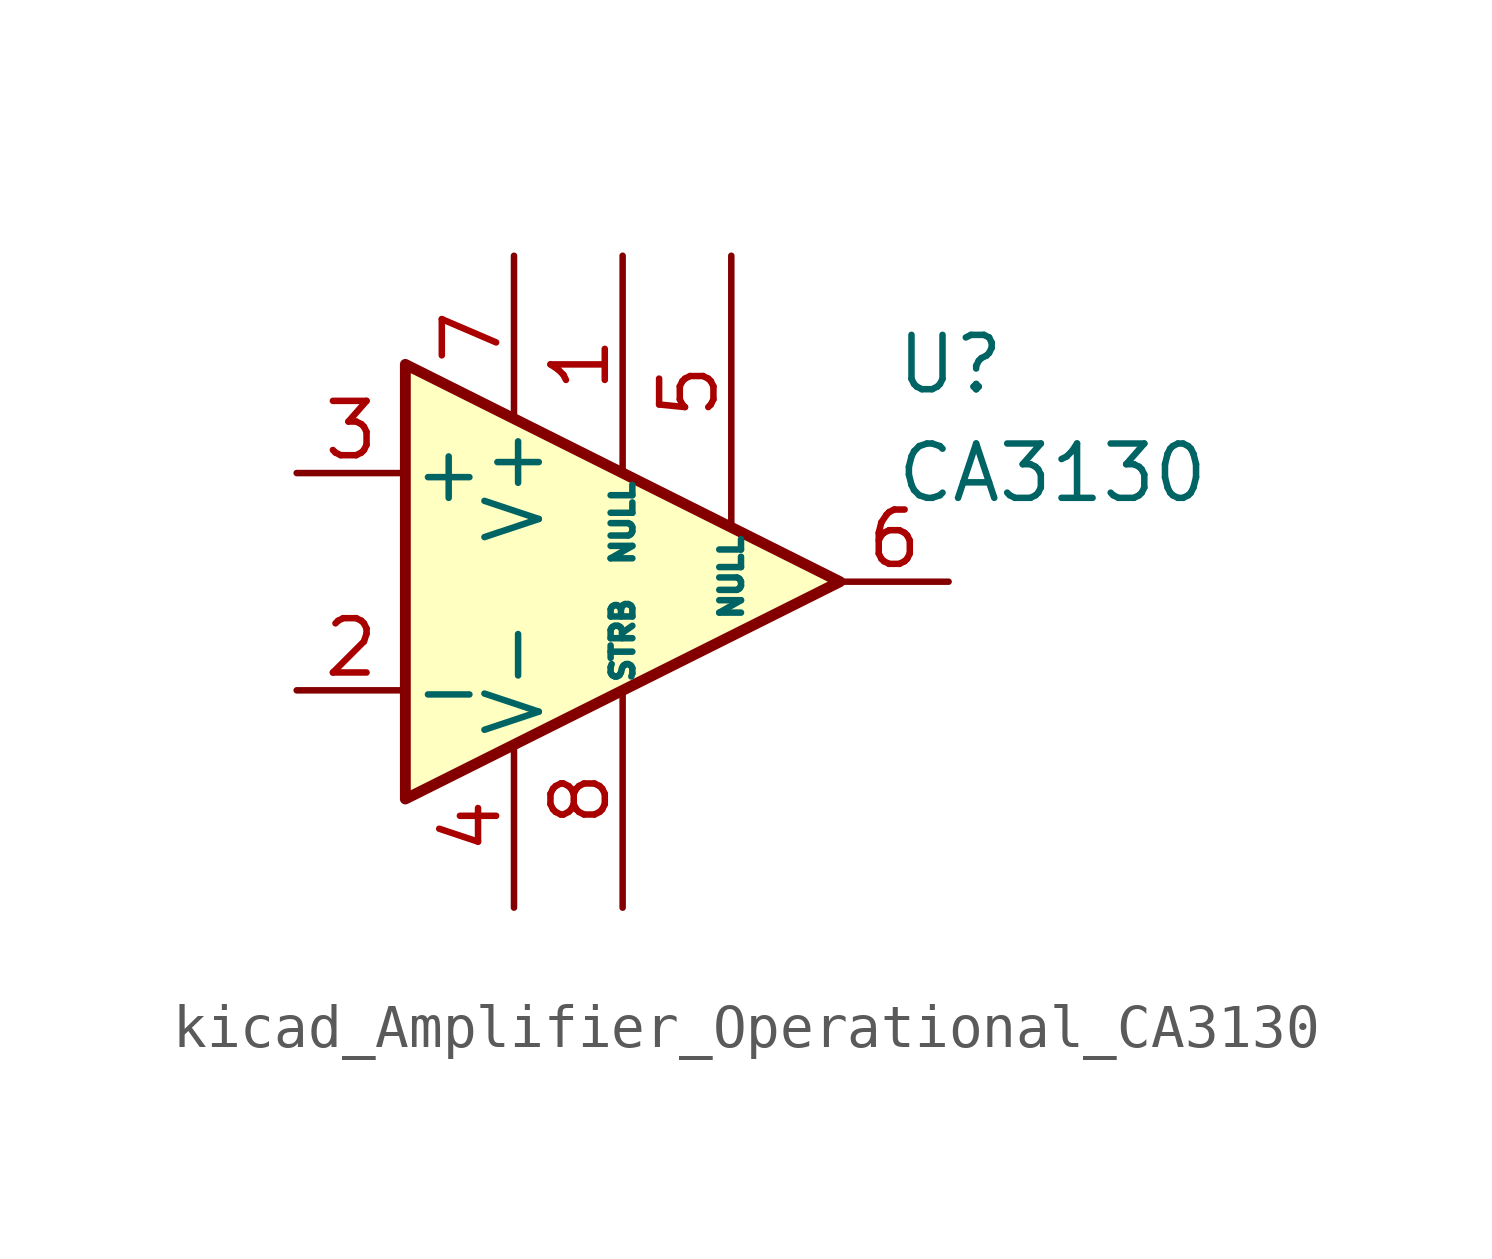
<source format=kicad_sym>
(kicad_symbol_lib
  (version 20220914)
  (generator kicad_symbol_editor)
  (symbol "kicad_Amplifier_Operational_CA3130"
    (pin_names
      (offset 0.127))
    (property "Reference" "U"
      (at 6.35 5.08 0)
      (effects (font (size 1.27 1.27)) (justify left)))
    (property "Value" "CA3130"
      (at 6.35 2.54 0)
      (effects (font (size 1.27 1.27)) (justify left)))
    (symbol "kicad_Amplifier_Operational_CA3130_0_1"
      (polyline (pts (xy -5.08 5.08) (xy 5.08 0) (xy -5.08 -5.08) (xy -5.08 5.08)) (stroke (width 0.254) (type default)) (fill (type background))))
    (symbol "kicad_Amplifier_Operational_CA3130_1_1"
      (pin passive line (at 0 7.62 270) (length 5.08) (name "NULL" (effects (font (size 0.508 0.508)))) (number "1" (effects (font (size 1.27 1.27)))))
      (pin input line (at -7.62 -2.54 0) (length 2.54) (name "-" (effects (font (size 1.27 1.27)))) (number "2" (effects (font (size 1.27 1.27)))))
      (pin input line (at -7.62 2.54 0) (length 2.54) (name "+" (effects (font (size 1.27 1.27)))) (number "3" (effects (font (size 1.27 1.27)))))
      (pin power_in line (at -2.54 -7.62 90) (length 3.81) (name "V-" (effects (font (size 1.27 1.27)))) (number "4" (effects (font (size 1.27 1.27)))))
      (pin passive line (at 2.54 7.62 270) (length 6.35) (name "NULL" (effects (font (size 0.508 0.508)))) (number "5" (effects (font (size 1.27 1.27)))))
      (pin output line (at 7.62 0 180) (length 2.54) (name "~" (effects (font (size 1.27 1.27)))) (number "6" (effects (font (size 1.27 1.27)))))
      (pin power_in line (at -2.54 7.62 270) (length 3.81) (name "V+" (effects (font (size 1.27 1.27)))) (number "7" (effects (font (size 1.27 1.27)))))
      (pin passive line (at 0 -7.62 90) (length 5.08) (name "STRB" (effects (font (size 0.508 0.508)))) (number "8" (effects (font (size 1.27 1.27))))))))
</source>
